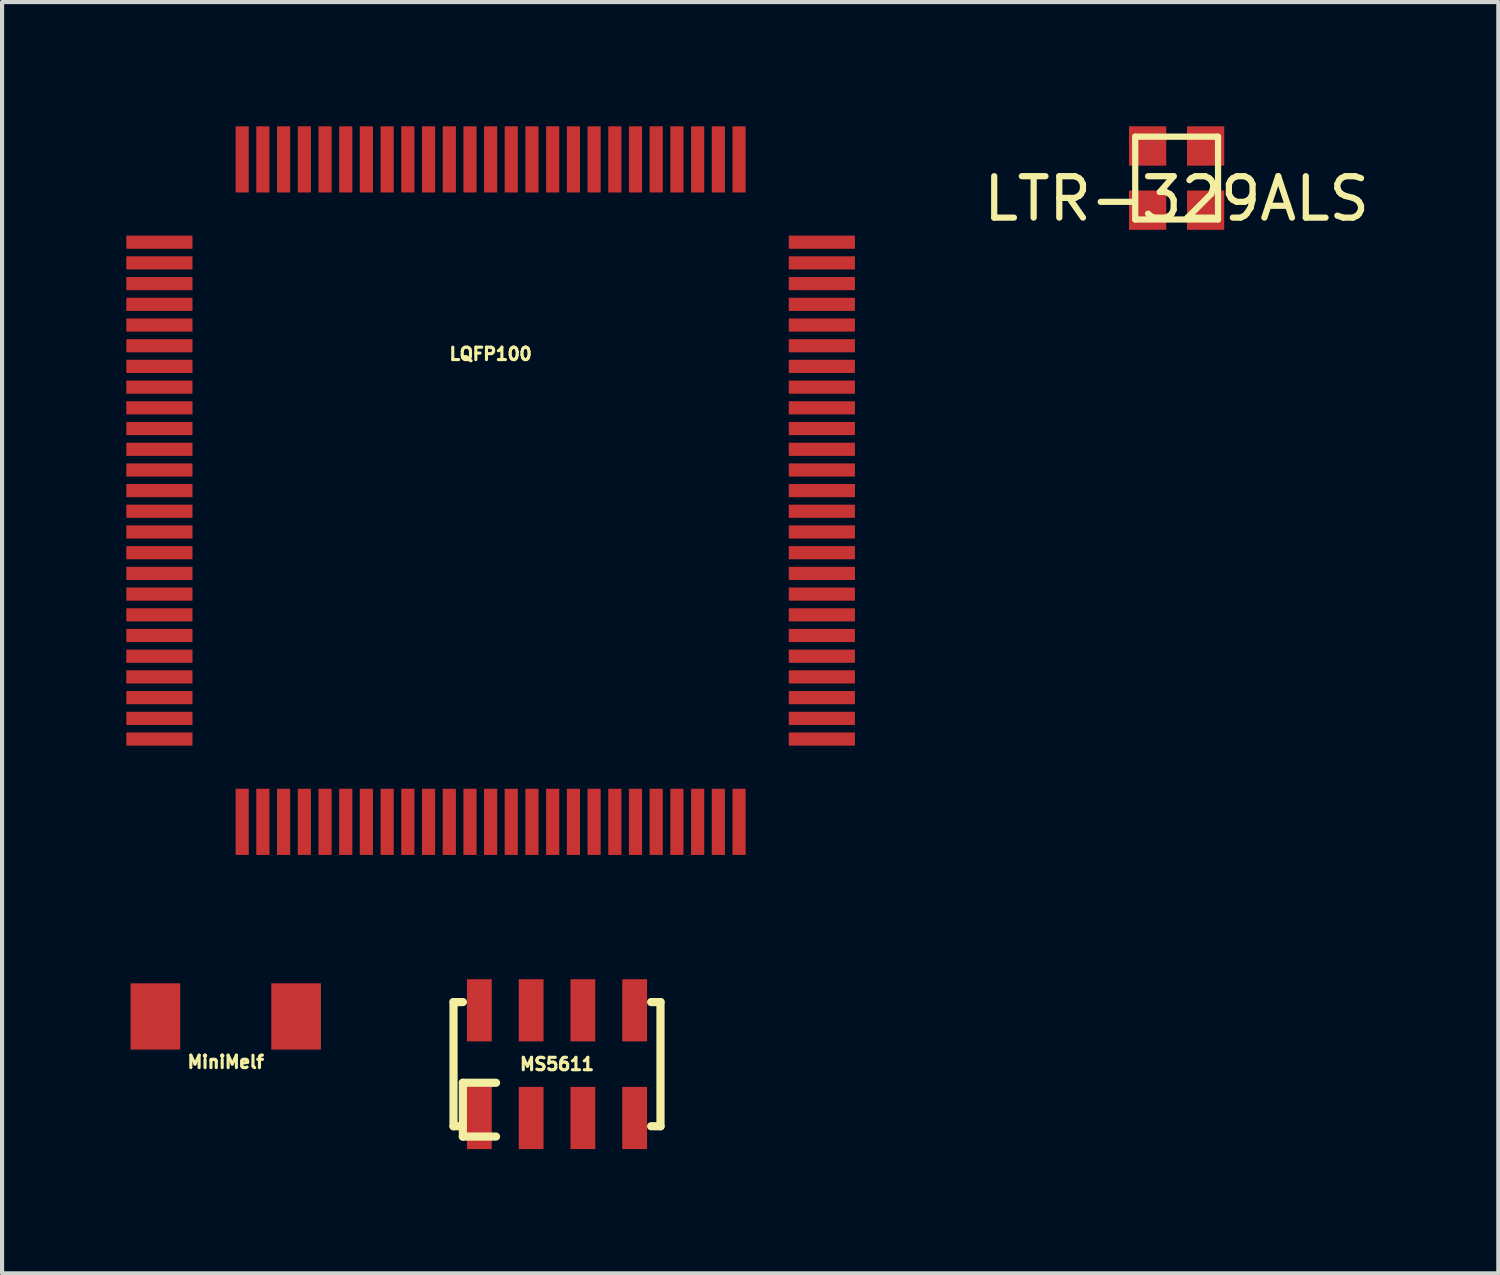
<source format=kicad_pcb>
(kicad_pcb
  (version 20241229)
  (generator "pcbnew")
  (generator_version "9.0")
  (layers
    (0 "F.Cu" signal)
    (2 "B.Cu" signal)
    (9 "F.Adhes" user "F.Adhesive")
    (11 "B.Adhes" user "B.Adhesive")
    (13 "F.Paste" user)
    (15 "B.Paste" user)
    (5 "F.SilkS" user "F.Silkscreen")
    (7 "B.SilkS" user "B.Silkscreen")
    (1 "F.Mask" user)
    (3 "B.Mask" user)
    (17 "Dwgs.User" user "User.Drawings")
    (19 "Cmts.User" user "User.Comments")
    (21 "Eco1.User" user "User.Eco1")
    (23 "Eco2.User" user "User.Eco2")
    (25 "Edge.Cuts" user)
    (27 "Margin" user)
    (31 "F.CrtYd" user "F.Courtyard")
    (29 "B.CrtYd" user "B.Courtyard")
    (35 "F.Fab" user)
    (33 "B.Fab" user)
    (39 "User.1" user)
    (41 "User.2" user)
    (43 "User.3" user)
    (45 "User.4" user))
  (footprint "LTR-329ALS"
    (layer "F.Cu")
    (at 25.362 1.25)
    (property "Reference" "LTR-329ALS" (at 0 0.5 0) (layer "F.SilkS") (effects (font (size 1 1) (thickness 0.15))))
    (attr through_hole)
    (fp_line (start -1 -1) (end 1 -1) (stroke (width 0.15) (type solid)) (layer "F.SilkS"))
    (fp_line (start -1 1) (end -1 -1) (stroke (width 0.15) (type solid)) (layer "F.SilkS"))
    (fp_line (start 1 -1) (end 1 1) (stroke (width 0.15) (type solid)) (layer "F.SilkS"))
    (fp_line (start 1 1) (end -1 1) (stroke (width 0.15) (type solid)) (layer "F.SilkS"))
    (pad "1" smd rect (at -0.7 0.775) (size 0.9 0.95) (layers "F.Cu" "F.Mask" "F.Paste"))
    (pad "2" smd rect (at 0.7 0.775) (size 0.9 0.95) (layers "F.Cu" "F.Mask" "F.Paste"))
    (pad "3" smd rect (at 0.7 -0.775) (size 0.9 0.95) (layers "F.Cu" "F.Mask" "F.Paste"))
    (pad "4" smd rect (at -0.7 -0.775) (size 0.9 0.95) (layers "F.Cu" "F.Mask" "F.Paste")))
  (footprint "LQFP100"
    (layer "F.Cu")
    (at 8.797 8.797)
    (property "Reference" "LQFP100" (at 0 -3.299 0) (layer "F.SilkS") (effects (font (size 0.3 0.3) (thickness 0.076))))
    (attr through_hole)
    (fp_line (start -6.998 -6.998) (end -6.998 6.998) (stroke (width 0.001) (type solid)) (layer "F.SilkS"))
    (fp_line (start -6.998 -6.998) (end 6.998 -6.998) (stroke (width 0.001) (type solid)) (layer "F.SilkS"))
    (fp_line (start -6.998 6.998) (end 6.998 6.998) (stroke (width 0.001) (type solid)) (layer "F.SilkS"))
    (fp_line (start -6.099 6.099) (end -6.099 6.099) (stroke (width 0.001) (type solid)) (layer "F.SilkS"))
    (fp_line (start 6.998 -6.998) (end 6.998 6.998) (stroke (width 0.001) (type solid)) (layer "F.SilkS"))
    (fp_circle (center -6.56 6.4) (end -6.4 6.52) (stroke (width 0.001) (type solid)) (fill no) (layer "F.SilkS"))
    (pad "1" smd rect (at -5.999 7.998 180) (size 0.318 1.598) (layers "F.Cu" "F.Mask" "F.Paste"))
    (pad "2" smd rect (at -5.499 7.998 180) (size 0.318 1.598) (layers "F.Cu" "F.Mask" "F.Paste"))
    (pad "3" smd rect (at -4.999 7.998 180) (size 0.318 1.598) (layers "F.Cu" "F.Mask" "F.Paste"))
    (pad "4" smd rect (at -4.498 7.998 180) (size 0.318 1.598) (layers "F.Cu" "F.Mask" "F.Paste"))
    (pad "5" smd rect (at -3.998 7.998 180) (size 0.318 1.598) (layers "F.Cu" "F.Mask" "F.Paste"))
    (pad "6" smd rect (at -3.498 7.998 180) (size 0.318 1.598) (layers "F.Cu" "F.Mask" "F.Paste"))
    (pad "7" smd rect (at -3 7.998 180) (size 0.318 1.598) (layers "F.Cu" "F.Mask" "F.Paste"))
    (pad "8" smd rect (at -2.499 7.998 180) (size 0.318 1.598) (layers "F.Cu" "F.Mask" "F.Paste"))
    (pad "9" smd rect (at -1.999 7.998 180) (size 0.318 1.598) (layers "F.Cu" "F.Mask" "F.Paste"))
    (pad "10" smd rect (at -1.499 7.998 180) (size 0.318 1.598) (layers "F.Cu" "F.Mask" "F.Paste"))
    (pad "11" smd rect (at -0.998 7.998 180) (size 0.318 1.598) (layers "F.Cu" "F.Mask" "F.Paste"))
    (pad "12" smd rect (at -0.498 7.998 180) (size 0.318 1.598) (layers "F.Cu" "F.Mask" "F.Paste"))
    (pad "13" smd rect (at 0 7.998 180) (size 0.318 1.598) (layers "F.Cu" "F.Mask" "F.Paste"))
    (pad "14" smd rect (at 0.498 7.998 180) (size 0.318 1.598) (layers "F.Cu" "F.Mask" "F.Paste"))
    (pad "15" smd rect (at 0.998 7.998 180) (size 0.318 1.598) (layers "F.Cu" "F.Mask" "F.Paste"))
    (pad "16" smd rect (at 1.499 7.998 180) (size 0.318 1.598) (layers "F.Cu" "F.Mask" "F.Paste"))
    (pad "17" smd rect (at 1.999 7.998 180) (size 0.318 1.598) (layers "F.Cu" "F.Mask" "F.Paste"))
    (pad "18" smd rect (at 2.499 7.998 180) (size 0.318 1.598) (layers "F.Cu" "F.Mask" "F.Paste"))
    (pad "19" smd rect (at 3 7.998 180) (size 0.318 1.598) (layers "F.Cu" "F.Mask" "F.Paste"))
    (pad "20" smd rect (at 3.498 7.998 180) (size 0.318 1.598) (layers "F.Cu" "F.Mask" "F.Paste"))
    (pad "21" smd rect (at 3.998 7.998 180) (size 0.318 1.598) (layers "F.Cu" "F.Mask" "F.Paste"))
    (pad "22" smd rect (at 4.498 7.998 180) (size 0.318 1.598) (layers "F.Cu" "F.Mask" "F.Paste"))
    (pad "23" smd rect (at 4.999 7.998 180) (size 0.318 1.598) (layers "F.Cu" "F.Mask" "F.Paste"))
    (pad "24" smd rect (at 5.499 7.998 180) (size 0.318 1.598) (layers "F.Cu" "F.Mask" "F.Paste"))
    (pad "25" smd rect (at 5.999 7.998 180) (size 0.318 1.598) (layers "F.Cu" "F.Mask" "F.Paste"))
    (pad "26" smd rect (at 7.998 5.999 270) (size 0.318 1.598) (layers "F.Cu" "F.Mask" "F.Paste"))
    (pad "27" smd rect (at 7.998 5.499 270) (size 0.318 1.598) (layers "F.Cu" "F.Mask" "F.Paste"))
    (pad "28" smd rect (at 7.998 4.999 270) (size 0.318 1.598) (layers "F.Cu" "F.Mask" "F.Paste"))
    (pad "29" smd rect (at 7.998 4.498 270) (size 0.318 1.598) (layers "F.Cu" "F.Mask" "F.Paste"))
    (pad "30" smd rect (at 7.998 3.998 270) (size 0.318 1.598) (layers "F.Cu" "F.Mask" "F.Paste"))
    (pad "31" smd rect (at 7.998 3.498 270) (size 0.318 1.598) (layers "F.Cu" "F.Mask" "F.Paste"))
    (pad "32" smd rect (at 7.998 3 270) (size 0.318 1.598) (layers "F.Cu" "F.Mask" "F.Paste"))
    (pad "33" smd rect (at 7.998 2.499 270) (size 0.318 1.598) (layers "F.Cu" "F.Mask" "F.Paste"))
    (pad "34" smd rect (at 7.998 1.999 270) (size 0.318 1.598) (layers "F.Cu" "F.Mask" "F.Paste"))
    (pad "35" smd rect (at 7.998 1.499 270) (size 0.318 1.598) (layers "F.Cu" "F.Mask" "F.Paste"))
    (pad "36" smd rect (at 7.998 0.998 270) (size 0.318 1.598) (layers "F.Cu" "F.Mask" "F.Paste"))
    (pad "37" smd rect (at 7.998 0.498 270) (size 0.318 1.598) (layers "F.Cu" "F.Mask" "F.Paste"))
    (pad "38" smd rect (at 7.998 0 270) (size 0.318 1.598) (layers "F.Cu" "F.Mask" "F.Paste"))
    (pad "39" smd rect (at 7.998 -0.498 270) (size 0.318 1.598) (layers "F.Cu" "F.Mask" "F.Paste"))
    (pad "40" smd rect (at 7.998 -0.998 270) (size 0.318 1.598) (layers "F.Cu" "F.Mask" "F.Paste"))
    (pad "41" smd rect (at 7.998 -1.499 270) (size 0.318 1.598) (layers "F.Cu" "F.Mask" "F.Paste"))
    (pad "42" smd rect (at 7.998 -1.999 270) (size 0.318 1.598) (layers "F.Cu" "F.Mask" "F.Paste"))
    (pad "43" smd rect (at 7.998 -2.499 270) (size 0.318 1.598) (layers "F.Cu" "F.Mask" "F.Paste"))
    (pad "44" smd rect (at 7.998 -3 270) (size 0.318 1.598) (layers "F.Cu" "F.Mask" "F.Paste"))
    (pad "45" smd rect (at 7.998 -3.498 270) (size 0.318 1.598) (layers "F.Cu" "F.Mask" "F.Paste"))
    (pad "46" smd rect (at 7.998 -3.998 270) (size 0.318 1.598) (layers "F.Cu" "F.Mask" "F.Paste"))
    (pad "47" smd rect (at 7.998 -4.498 270) (size 0.318 1.598) (layers "F.Cu" "F.Mask" "F.Paste"))
    (pad "48" smd rect (at 7.998 -4.999 270) (size 0.318 1.598) (layers "F.Cu" "F.Mask" "F.Paste"))
    (pad "49" smd rect (at 7.998 -5.499 270) (size 0.318 1.598) (layers "F.Cu" "F.Mask" "F.Paste"))
    (pad "50" smd rect (at 7.998 -5.999 270) (size 0.318 1.598) (layers "F.Cu" "F.Mask" "F.Paste"))
    (pad "51" smd rect (at 5.999 -7.998) (size 0.318 1.598) (layers "F.Cu" "F.Mask" "F.Paste"))
    (pad "52" smd rect (at 5.499 -7.998) (size 0.318 1.598) (layers "F.Cu" "F.Mask" "F.Paste"))
    (pad "53" smd rect (at 4.999 -7.998) (size 0.318 1.598) (layers "F.Cu" "F.Mask" "F.Paste"))
    (pad "54" smd rect (at 4.498 -7.998) (size 0.318 1.598) (layers "F.Cu" "F.Mask" "F.Paste"))
    (pad "55" smd rect (at 3.998 -7.998) (size 0.318 1.598) (layers "F.Cu" "F.Mask" "F.Paste"))
    (pad "56" smd rect (at 3.498 -7.998) (size 0.318 1.598) (layers "F.Cu" "F.Mask" "F.Paste"))
    (pad "57" smd rect (at 3 -7.998) (size 0.318 1.598) (layers "F.Cu" "F.Mask" "F.Paste"))
    (pad "58" smd rect (at 2.499 -7.998) (size 0.318 1.598) (layers "F.Cu" "F.Mask" "F.Paste"))
    (pad "59" smd rect (at 1.999 -7.998) (size 0.318 1.598) (layers "F.Cu" "F.Mask" "F.Paste"))
    (pad "60" smd rect (at 1.499 -7.998) (size 0.318 1.598) (layers "F.Cu" "F.Mask" "F.Paste"))
    (pad "61" smd rect (at 0.998 -7.998) (size 0.318 1.598) (layers "F.Cu" "F.Mask" "F.Paste"))
    (pad "62" smd rect (at 0.498 -7.998) (size 0.318 1.598) (layers "F.Cu" "F.Mask" "F.Paste"))
    (pad "63" smd rect (at 0 -7.998) (size 0.318 1.598) (layers "F.Cu" "F.Mask" "F.Paste"))
    (pad "64" smd rect (at -0.498 -7.998) (size 0.318 1.598) (layers "F.Cu" "F.Mask" "F.Paste"))
    (pad "65" smd rect (at -0.998 -7.998) (size 0.318 1.598) (layers "F.Cu" "F.Mask" "F.Paste"))
    (pad "66" smd rect (at -1.499 -7.998) (size 0.318 1.598) (layers "F.Cu" "F.Mask" "F.Paste"))
    (pad "67" smd rect (at -1.999 -7.998) (size 0.318 1.598) (layers "F.Cu" "F.Mask" "F.Paste"))
    (pad "68" smd rect (at -2.499 -7.998) (size 0.318 1.598) (layers "F.Cu" "F.Mask" "F.Paste"))
    (pad "69" smd rect (at -3 -7.998) (size 0.318 1.598) (layers "F.Cu" "F.Mask" "F.Paste"))
    (pad "70" smd rect (at -3.498 -7.998) (size 0.318 1.598) (layers "F.Cu" "F.Mask" "F.Paste"))
    (pad "71" smd rect (at -3.998 -7.998) (size 0.318 1.598) (layers "F.Cu" "F.Mask" "F.Paste"))
    (pad "72" smd rect (at -4.498 -7.998) (size 0.318 1.598) (layers "F.Cu" "F.Mask" "F.Paste"))
    (pad "73" smd rect (at -4.999 -7.998) (size 0.318 1.598) (layers "F.Cu" "F.Mask" "F.Paste"))
    (pad "74" smd rect (at -5.499 -7.998) (size 0.318 1.598) (layers "F.Cu" "F.Mask" "F.Paste"))
    (pad "75" smd rect (at -5.999 -7.998) (size 0.318 1.598) (layers "F.Cu" "F.Mask" "F.Paste"))
    (pad "76" smd rect (at -7.998 -5.999 90) (size 0.318 1.598) (layers "F.Cu" "F.Mask" "F.Paste"))
    (pad "77" smd rect (at -7.998 -5.499 90) (size 0.318 1.598) (layers "F.Cu" "F.Mask" "F.Paste"))
    (pad "78" smd rect (at -7.998 -4.999 90) (size 0.318 1.598) (layers "F.Cu" "F.Mask" "F.Paste"))
    (pad "79" smd rect (at -7.998 -4.498 90) (size 0.318 1.598) (layers "F.Cu" "F.Mask" "F.Paste"))
    (pad "80" smd rect (at -7.998 -3.998 90) (size 0.318 1.598) (layers "F.Cu" "F.Mask" "F.Paste"))
    (pad "81" smd rect (at -7.998 -3.498 90) (size 0.318 1.598) (layers "F.Cu" "F.Mask" "F.Paste"))
    (pad "82" smd rect (at -7.998 -3 90) (size 0.318 1.598) (layers "F.Cu" "F.Mask" "F.Paste"))
    (pad "83" smd rect (at -7.998 -2.499 90) (size 0.318 1.598) (layers "F.Cu" "F.Mask" "F.Paste"))
    (pad "84" smd rect (at -7.998 -1.999 90) (size 0.318 1.598) (layers "F.Cu" "F.Mask" "F.Paste"))
    (pad "85" smd rect (at -7.998 -1.499 90) (size 0.318 1.598) (layers "F.Cu" "F.Mask" "F.Paste"))
    (pad "86" smd rect (at -7.998 -0.998 90) (size 0.318 1.598) (layers "F.Cu" "F.Mask" "F.Paste"))
    (pad "87" smd rect (at -7.998 -0.498 90) (size 0.318 1.598) (layers "F.Cu" "F.Mask" "F.Paste"))
    (pad "88" smd rect (at -7.998 0 90) (size 0.318 1.598) (layers "F.Cu" "F.Mask" "F.Paste"))
    (pad "89" smd rect (at -7.998 0.498 90) (size 0.318 1.598) (layers "F.Cu" "F.Mask" "F.Paste"))
    (pad "90" smd rect (at -7.998 0.998 90) (size 0.318 1.598) (layers "F.Cu" "F.Mask" "F.Paste"))
    (pad "91" smd rect (at -7.998 1.499 90) (size 0.318 1.598) (layers "F.Cu" "F.Mask" "F.Paste"))
    (pad "92" smd rect (at -7.998 1.999 90) (size 0.318 1.598) (layers "F.Cu" "F.Mask" "F.Paste"))
    (pad "93" smd rect (at -7.998 2.499 90) (size 0.318 1.598) (layers "F.Cu" "F.Mask" "F.Paste"))
    (pad "94" smd rect (at -7.998 3 90) (size 0.318 1.598) (layers "F.Cu" "F.Mask" "F.Paste"))
    (pad "95" smd rect (at -7.998 3.498 90) (size 0.318 1.598) (layers "F.Cu" "F.Mask" "F.Paste"))
    (pad "96" smd rect (at -7.998 3.998 90) (size 0.318 1.598) (layers "F.Cu" "F.Mask" "F.Paste"))
    (pad "97" smd rect (at -7.998 4.498 90) (size 0.318 1.598) (layers "F.Cu" "F.Mask" "F.Paste"))
    (pad "98" smd rect (at -7.998 4.999 90) (size 0.318 1.598) (layers "F.Cu" "F.Mask" "F.Paste"))
    (pad "99" smd rect (at -7.998 5.499 90) (size 0.318 1.598) (layers "F.Cu" "F.Mask" "F.Paste"))
    (pad "100" smd rect (at -7.998 5.999 90) (size 0.318 1.598) (layers "F.Cu" "F.Mask" "F.Paste")))
  (footprint "MS5611"
    (layer "F.Cu")
    (at 10.4 22.646)
    (property "Reference" "MS5611" (at 0 0 0) (layer "F.SilkS") (effects (font (size 0.3 0.3) (thickness 0.076))))
    (attr through_hole)
    (fp_line (start -2.499 -1.499) (end -2.499 1.499) (stroke (width 0.198) (type solid)) (layer "F.SilkS"))
    (fp_line (start -2.499 -1.499) (end -2.273 -1.499) (stroke (width 0.198) (type solid)) (layer "F.SilkS"))
    (fp_line (start -2.499 1.499) (end -2.273 1.499) (stroke (width 0.198) (type solid)) (layer "F.SilkS"))
    (fp_line (start -2.273 0.45) (end -2.273 1.748) (stroke (width 0.198) (type solid)) (layer "F.SilkS"))
    (fp_line (start -2.273 0.45) (end -1.473 0.45) (stroke (width 0.198) (type solid)) (layer "F.SilkS"))
    (fp_line (start -2.273 1.748) (end -1.473 1.748) (stroke (width 0.198) (type solid)) (layer "F.SilkS"))
    (fp_line (start 2.273 -1.499) (end 2.499 -1.499) (stroke (width 0.198) (type solid)) (layer "F.SilkS"))
    (fp_line (start 2.273 1.499) (end 2.499 1.499) (stroke (width 0.198) (type solid)) (layer "F.SilkS"))
    (fp_line (start 2.499 -1.499) (end 2.499 1.499) (stroke (width 0.198) (type solid)) (layer "F.SilkS"))
    (pad "1" smd rect (at -1.875 1.3 180) (size 0.599 1.501) (layers "F.Cu" "F.Mask" "F.Paste"))
    (pad "2" smd rect (at -0.625 1.3 180) (size 0.599 1.501) (layers "F.Cu" "F.Mask" "F.Paste"))
    (pad "3" smd rect (at 0.625 1.3 180) (size 0.599 1.501) (layers "F.Cu" "F.Mask" "F.Paste"))
    (pad "4" smd rect (at 1.875 1.3 180) (size 0.599 1.501) (layers "F.Cu" "F.Mask" "F.Paste"))
    (pad "5" smd rect (at 1.875 -1.3) (size 0.599 1.501) (layers "F.Cu" "F.Mask" "F.Paste"))
    (pad "6" smd rect (at 0.625 -1.3) (size 0.599 1.501) (layers "F.Cu" "F.Mask" "F.Paste"))
    (pad "7" smd rect (at -0.625 -1.3) (size 0.599 1.501) (layers "F.Cu" "F.Mask" "F.Paste"))
    (pad "8" smd rect (at -1.875 -1.3) (size 0.599 1.501) (layers "F.Cu" "F.Mask" "F.Paste")))
  (footprint "MiniMelf"
    (layer "F.Cu")
    (at 2.401 21.494)
    (property "Reference" "MiniMelf" (at 0 1.1 0) (layer "F.SilkS") (effects (font (size 0.3 0.3) (thickness 0.076))))
    (attr through_hole)
    (fp_line (start -2.4 -0.899) (end 2.4 -0.899) (stroke (width 0.001) (type solid)) (layer "F.SilkS"))
    (fp_line (start -2.4 0.899) (end -2.4 -0.899) (stroke (width 0.001) (type solid)) (layer "F.SilkS"))
    (fp_line (start -0.8 -0.899) (end -0.8 0.8) (stroke (width 0.001) (type solid)) (layer "F.SilkS"))
    (fp_line (start -0.5 -0.899) (end -0.5 0.8) (stroke (width 0.001) (type solid)) (layer "F.SilkS"))
    (fp_line (start 2.4 -0.899) (end 2.4 0.899) (stroke (width 0.001) (type solid)) (layer "F.SilkS"))
    (fp_line (start 2.4 0.899) (end -2.4 0.899) (stroke (width 0.001) (type solid)) (layer "F.SilkS"))
    (pad "1" smd rect (at 1.699 0) (size 1.199 1.6) (layers "F.Cu" "F.Mask" "F.Paste"))
    (pad "2" smd rect (at -1.699 0) (size 1.199 1.6) (layers "F.Cu" "F.Mask" "F.Paste")))
  (gr_rect
    (start -3 -3)
    (end 33.13 27.697)
    (stroke (width 0.1) (type default))
    (fill no)
    (layer "Edge.Cuts")))
</source>
